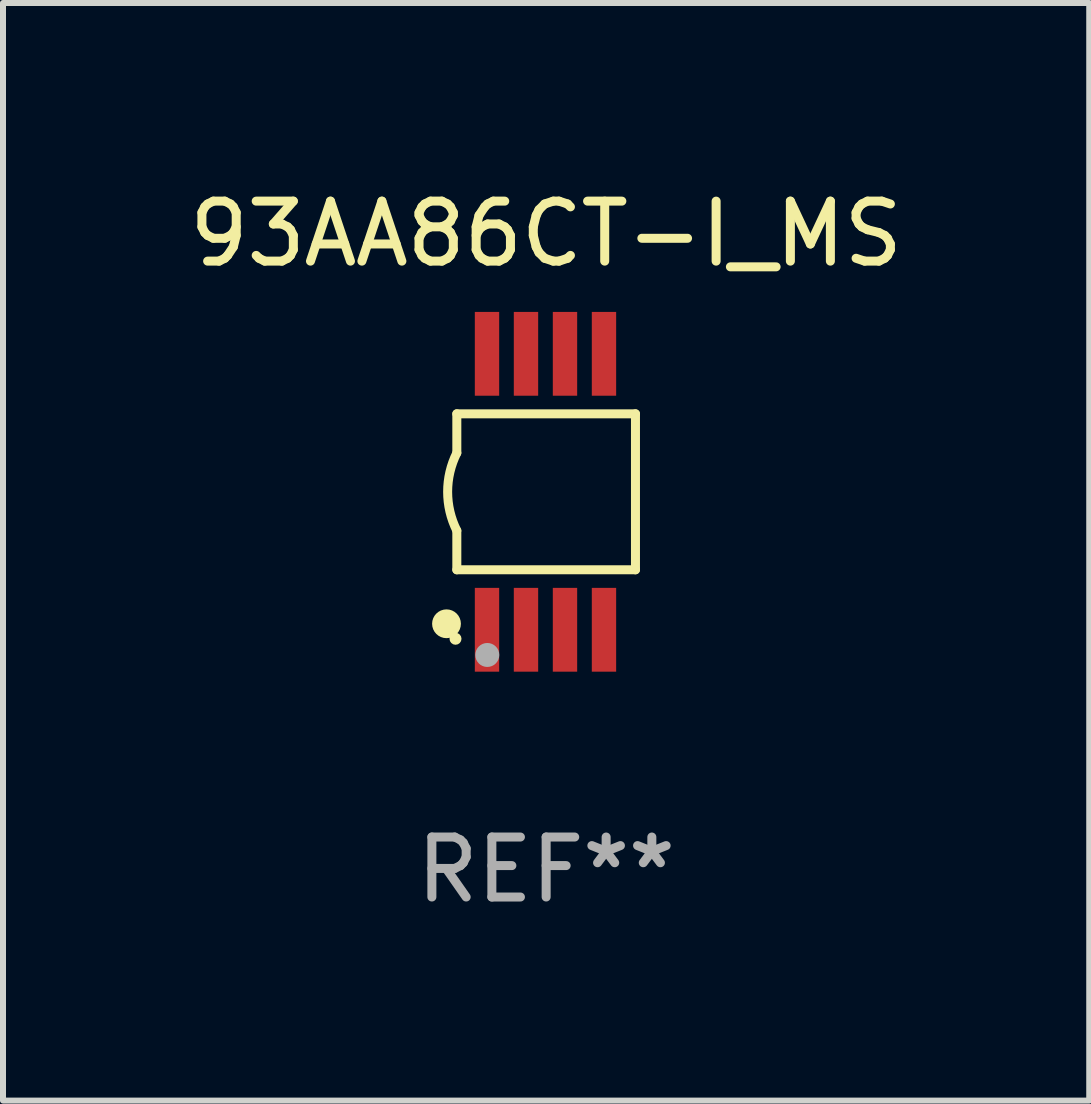
<source format=kicad_pcb>
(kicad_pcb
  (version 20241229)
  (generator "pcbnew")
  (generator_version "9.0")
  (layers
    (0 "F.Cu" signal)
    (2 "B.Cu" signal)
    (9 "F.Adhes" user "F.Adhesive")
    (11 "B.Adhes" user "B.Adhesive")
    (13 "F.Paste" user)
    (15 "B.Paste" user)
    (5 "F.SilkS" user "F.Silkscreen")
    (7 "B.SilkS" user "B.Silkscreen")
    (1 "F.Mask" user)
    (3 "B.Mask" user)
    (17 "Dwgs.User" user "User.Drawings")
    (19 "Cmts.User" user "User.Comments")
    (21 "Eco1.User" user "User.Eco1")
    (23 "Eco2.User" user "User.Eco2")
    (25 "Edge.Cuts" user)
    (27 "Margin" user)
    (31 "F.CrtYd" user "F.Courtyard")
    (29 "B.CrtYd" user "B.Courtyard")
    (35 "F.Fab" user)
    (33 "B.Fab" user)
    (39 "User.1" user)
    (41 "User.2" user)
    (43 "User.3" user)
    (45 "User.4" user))
  (footprint "93AA86CT-I_MS"
    (layer "F.Cu")
    (at 6.054 5.148)
    (property "Reference" "93AA86CT-I_MS" (at 0 -4.3 0) (layer "F.SilkS") (effects (font (size 1 1) (thickness 0.15))))
    (attr through_hole)
    (fp_line (start -1.489 -1.3) (end -1.489 -0.648) (stroke (width 0.15) (type solid)) (layer "F.SilkS"))
    (fp_line (start -1.489 0.648) (end -1.489 1.3) (stroke (width 0.15) (type solid)) (layer "F.SilkS"))
    (fp_line (start -1.489 1.3) (end 1.489 1.3) (stroke (width 0.15) (type solid)) (layer "F.SilkS"))
    (fp_line (start 1.489 -1.3) (end -1.489 -1.3) (stroke (width 0.15) (type solid)) (layer "F.SilkS"))
    (fp_line (start 1.489 1.3) (end 1.489 -1.3) (stroke (width 0.15) (type solid)) (layer "F.SilkS"))
    (fp_arc (start -1.489205 0.647702) (mid -1.642107 0) (end -1.489205 -0.647701) (stroke (width 0.150013) (type solid)) (layer "F.SilkS"))
    (fp_circle (center -1.661 2.2) (end -1.541 2.2) (stroke (width 0.24) (type solid)) (fill no) (layer "F.SilkS"))
    (fp_circle (center -1.511 2.45) (end -1.461 2.45) (stroke (width 0.1) (type solid)) (fill no) (layer "F.SilkS"))
    (fp_circle (center -0.981 2.72) (end -0.881 2.72) (stroke (width 0.2) (type solid)) (fill no) (layer "F.Fab"))
    (fp_text user "REF**" (at 0 6.3 0) (layer "F.Fab") (effects (font (size 1 1) (thickness 0.15))))
    (pad "1" smd rect (at -0.986 2.3) (size 0.406 1.397) (layers "F.Cu" "F.Mask" "F.Paste"))
    (pad "2" smd rect (at -0.336 2.3) (size 0.406 1.397) (layers "F.Cu" "F.Mask" "F.Paste"))
    (pad "3" smd rect (at 0.314 2.3) (size 0.406 1.397) (layers "F.Cu" "F.Mask" "F.Paste"))
    (pad "4" smd rect (at 0.964 2.3) (size 0.406 1.397) (layers "F.Cu" "F.Mask" "F.Paste"))
    (pad "5" smd rect (at 0.964 -2.3) (size 0.406 1.397) (layers "F.Cu" "F.Mask" "F.Paste"))
    (pad "6" smd rect (at 0.314 -2.3) (size 0.406 1.397) (layers "F.Cu" "F.Mask" "F.Paste"))
    (pad "7" smd rect (at -0.336 -2.3) (size 0.406 1.397) (layers "F.Cu" "F.Mask" "F.Paste"))
    (pad "8" smd rect (at -0.986 -2.3) (size 0.406 1.397) (layers "F.Cu" "F.Mask" "F.Paste")))
  (gr_rect
    (start -3 -3)
    (end 15.107 15.296)
    (stroke (width 0.1) (type default))
    (fill no)
    (layer "Edge.Cuts")))
</source>
